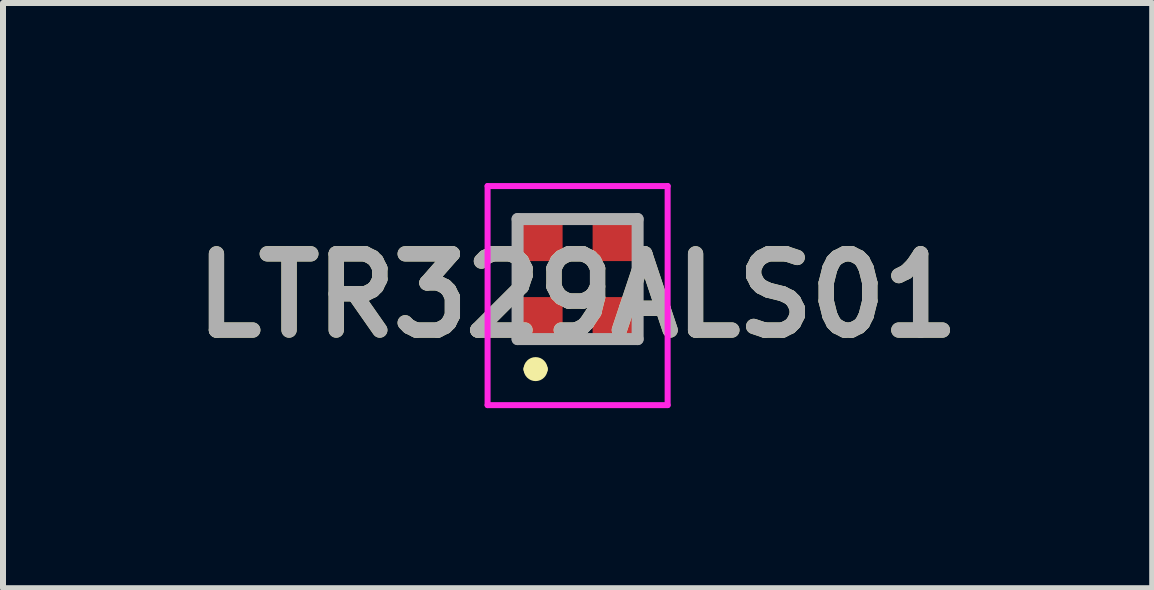
<source format=kicad_pcb>
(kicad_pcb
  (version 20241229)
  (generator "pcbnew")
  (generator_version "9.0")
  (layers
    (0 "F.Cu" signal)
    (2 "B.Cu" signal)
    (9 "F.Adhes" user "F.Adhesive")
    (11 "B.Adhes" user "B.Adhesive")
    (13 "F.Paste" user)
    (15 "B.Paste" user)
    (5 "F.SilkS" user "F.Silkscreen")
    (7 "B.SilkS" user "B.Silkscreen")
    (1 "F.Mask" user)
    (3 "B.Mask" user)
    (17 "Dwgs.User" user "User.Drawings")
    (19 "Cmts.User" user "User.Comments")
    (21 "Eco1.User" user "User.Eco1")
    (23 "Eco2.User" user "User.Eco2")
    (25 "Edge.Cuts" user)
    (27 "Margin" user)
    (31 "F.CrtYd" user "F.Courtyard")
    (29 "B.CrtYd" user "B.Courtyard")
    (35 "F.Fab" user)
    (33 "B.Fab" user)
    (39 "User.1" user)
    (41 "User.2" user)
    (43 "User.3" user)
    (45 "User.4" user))
  (footprint "LTR329ALS01"
    (layer "F.Cu")
    (at 6.574 1.875)
    (property "Reference" "LTR329ALS01" (at 0 0 0) (layer "F.SilkS") (effects (font (size 1.27 1.27) (thickness 0.254))))
    (attr smd)
    (fp_line (start -1 -0.375) (end -1 -0.175) (stroke (width 0.1) (type solid)) (layer "F.SilkS"))
    (fp_line (start -0.8 1.225) (end -0.8 1.225) (stroke (width 0.2) (type solid)) (layer "F.SilkS"))
    (fp_line (start -0.6 1.225) (end -0.6 1.225) (stroke (width 0.2) (type solid)) (layer "F.SilkS"))
    (fp_line (start -0.1 -1.275) (end 0.1 -1.275) (stroke (width 0.1) (type solid)) (layer "F.SilkS"))
    (fp_line (start -0.1 0.725) (end 0.1 0.725) (stroke (width 0.1) (type solid)) (layer "F.SilkS"))
    (fp_line (start 1 -0.375) (end 1 -0.175) (stroke (width 0.1) (type solid)) (layer "F.SilkS"))
    (fp_arc (start -0.8 1.225) (mid -0.7 1.125) (end -0.6 1.225) (stroke (width 0.2) (type solid)) (layer "F.SilkS"))
    (fp_arc (start -0.6 1.225) (mid -0.7 1.325) (end -0.8 1.225) (stroke (width 0.2) (type solid)) (layer "F.SilkS"))
    (fp_line (start -1.5 -1.825) (end 1.5 -1.825) (stroke (width 0.1) (type solid)) (layer "F.CrtYd"))
    (fp_line (start -1.5 1.825) (end -1.5 -1.825) (stroke (width 0.1) (type solid)) (layer "F.CrtYd"))
    (fp_line (start 1.5 -1.825) (end 1.5 1.825) (stroke (width 0.1) (type solid)) (layer "F.CrtYd"))
    (fp_line (start 1.5 1.825) (end -1.5 1.825) (stroke (width 0.1) (type solid)) (layer "F.CrtYd"))
    (fp_line (start -1 -1.275) (end 1 -1.275) (stroke (width 0.2) (type solid)) (layer "F.Fab"))
    (fp_line (start -1 0.725) (end -1 -1.275) (stroke (width 0.2) (type solid)) (layer "F.Fab"))
    (fp_line (start 1 -1.275) (end 1 0.725) (stroke (width 0.2) (type solid)) (layer "F.Fab"))
    (fp_line (start 1 0.725) (end -1 0.725) (stroke (width 0.2) (type solid)) (layer "F.Fab"))
    (fp_text user "${REFERENCE}" (at 0 0 0) (layer "F.Fab") (effects (font (size 1.27 1.27) (thickness 0.254))))
    (pad "1" smd rect (at -0.6 0.4) (size 0.7 0.75) (layers "F.Cu" "F.Mask" "F.Paste"))
    (pad "2" smd rect (at 0.6 0.4) (size 0.7 0.75) (layers "F.Cu" "F.Mask" "F.Paste"))
    (pad "3" smd rect (at 0.6 -0.95) (size 0.7 0.75) (layers "F.Cu" "F.Mask" "F.Paste"))
    (pad "4" smd rect (at -0.6 -0.95) (size 0.7 0.75) (layers "F.Cu" "F.Mask" "F.Paste")))
  (gr_rect
    (start -3 -3)
    (end 16.148 6.75)
    (stroke (width 0.1) (type default))
    (fill no)
    (layer "Edge.Cuts")))
</source>
